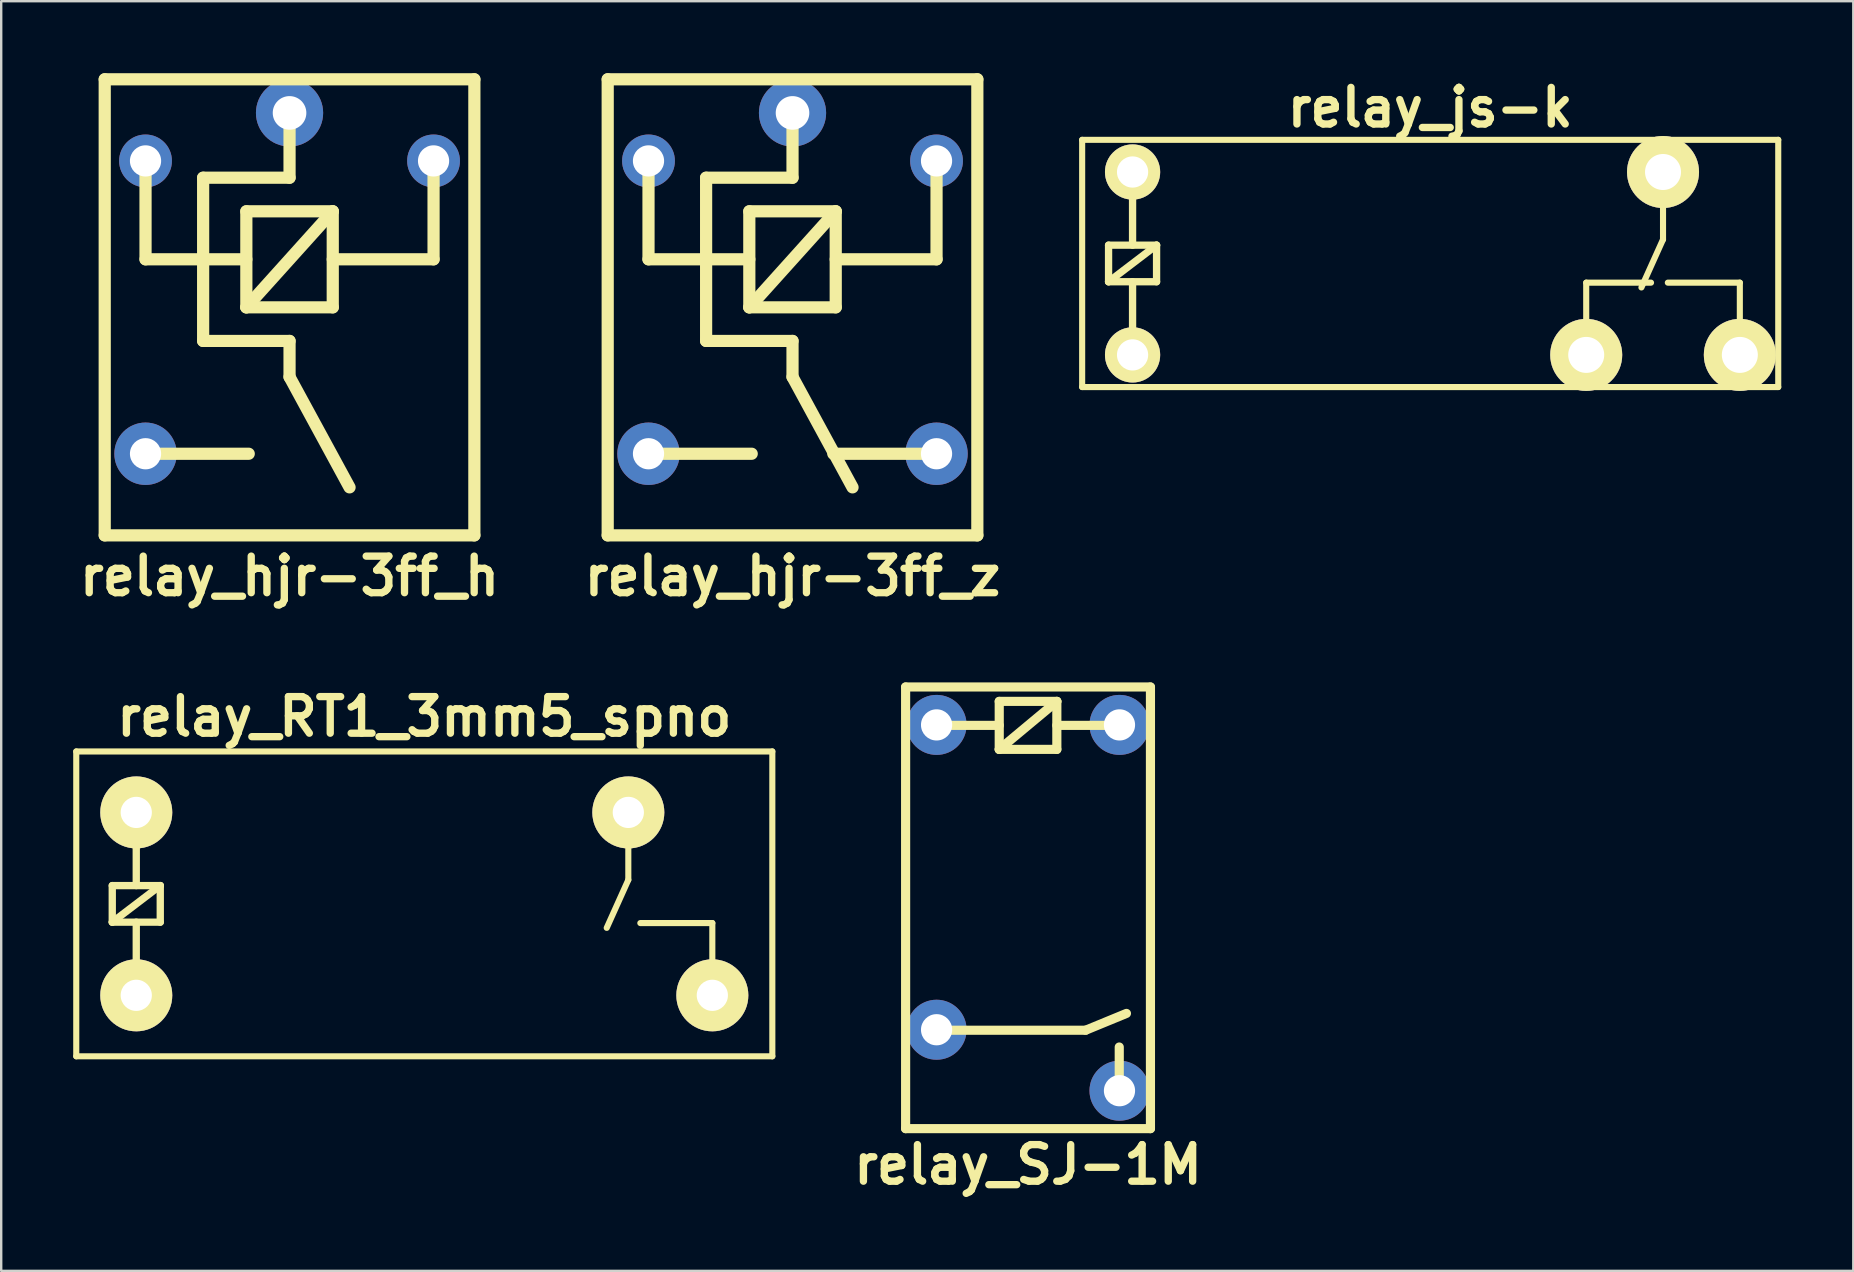
<source format=kicad_pcb>
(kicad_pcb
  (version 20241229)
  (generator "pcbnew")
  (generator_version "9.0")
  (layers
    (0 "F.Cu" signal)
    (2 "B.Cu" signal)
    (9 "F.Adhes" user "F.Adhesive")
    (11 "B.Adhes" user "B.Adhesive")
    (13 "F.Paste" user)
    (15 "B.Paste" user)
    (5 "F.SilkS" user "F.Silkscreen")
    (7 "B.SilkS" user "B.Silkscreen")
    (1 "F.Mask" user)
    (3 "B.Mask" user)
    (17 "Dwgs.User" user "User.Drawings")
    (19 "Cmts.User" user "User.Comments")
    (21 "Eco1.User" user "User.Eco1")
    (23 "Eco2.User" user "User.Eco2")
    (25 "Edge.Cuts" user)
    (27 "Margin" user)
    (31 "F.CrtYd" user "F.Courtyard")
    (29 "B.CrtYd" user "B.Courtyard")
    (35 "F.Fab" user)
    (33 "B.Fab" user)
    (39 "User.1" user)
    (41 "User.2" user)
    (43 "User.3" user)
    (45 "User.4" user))
  (footprint "relay_SJ-1M"
    (layer "F.Cu")
    (at 39.78 34.771)
    (property "Reference" "relay_SJ-1M" (at 0 10.7 0) (layer "F.SilkS") (effects (font (size 1.524 1.524) (thickness 0.305))))
    (attr through_hole)
    (fp_line (start -5.1 -9.2) (end -5.1 9.2) (stroke (width 0.381) (type solid)) (layer "F.SilkS"))
    (fp_line (start -5.1 -9.2) (end 5.1 -9.2) (stroke (width 0.381) (type solid)) (layer "F.SilkS"))
    (fp_line (start -5.1 9.2) (end 5.1 9.2) (stroke (width 0.381) (type solid)) (layer "F.SilkS"))
    (fp_line (start -3.8 -7.6) (end -1.2 -7.6) (stroke (width 0.381) (type solid)) (layer "F.SilkS"))
    (fp_line (start -3.8 5.1) (end 2.4 5.1) (stroke (width 0.381) (type solid)) (layer "F.SilkS"))
    (fp_line (start -1.2 -8.6) (end -1.2 -6.6) (stroke (width 0.381) (type solid)) (layer "F.SilkS"))
    (fp_line (start -1.2 -6.6) (end 1.2 -8.6) (stroke (width 0.381) (type solid)) (layer "F.SilkS"))
    (fp_line (start -1.2 -6.6) (end 1.2 -6.6) (stroke (width 0.381) (type solid)) (layer "F.SilkS"))
    (fp_line (start 1.2 -8.6) (end -1.2 -8.6) (stroke (width 0.381) (type solid)) (layer "F.SilkS"))
    (fp_line (start 1.2 -6.6) (end 1.2 -8.6) (stroke (width 0.381) (type solid)) (layer "F.SilkS"))
    (fp_line (start 2.4 5.1) (end 4.1 4.4) (stroke (width 0.381) (type solid)) (layer "F.SilkS"))
    (fp_line (start 3.8 -7.6) (end 1.2 -7.6) (stroke (width 0.381) (type solid)) (layer "F.SilkS"))
    (fp_line (start 3.8 7.6) (end 3.8 5.8) (stroke (width 0.381) (type solid)) (layer "F.SilkS"))
    (fp_line (start 5.1 -9.2) (end 5.1 9.2) (stroke (width 0.381) (type solid)) (layer "F.SilkS"))
    (pad "1" thru_hole circle (at -3.81 -7.62) (size 2.5 2.5) (drill 1.3) (layers "*.Cu" "*.Mask"))
    (pad "2" thru_hole circle (at 3.81 -7.62) (size 2.5 2.5) (drill 1.3) (layers "*.Cu" "*.Mask"))
    (pad "3" thru_hole circle (at -3.81 5.08) (size 2.5 2.5) (drill 1.3) (layers "*.Cu" "*.Mask"))
    (pad "4" thru_hole circle (at 3.81 7.62) (size 2.5 2.5) (drill 1.3) (layers "*.Cu" "*.Mask")))
  (footprint "relay_hjr-3ff_h"
    (layer "F.Cu")
    (at 9.013 9.754)
    (property "Reference" "relay_hjr-3ff_h" (at 0 11.2 0) (layer "F.SilkS") (effects (font (size 1.524 1.524) (thickness 0.305))))
    (attr through_hole)
    (fp_line (start -7.7 -9.5) (end -7.7 9.5) (stroke (width 0.508) (type solid)) (layer "F.SilkS"))
    (fp_line (start -7.7 -9.5) (end 7.7 -9.5) (stroke (width 0.508) (type solid)) (layer "F.SilkS"))
    (fp_line (start -7.7 9.5) (end 7.7 9.5) (stroke (width 0.508) (type solid)) (layer "F.SilkS"))
    (fp_line (start -6 -6.1) (end -6 -2) (stroke (width 0.508) (type solid)) (layer "F.SilkS"))
    (fp_line (start -3.6 1.4) (end -3.6 -5.4) (stroke (width 0.508) (type solid)) (layer "F.SilkS"))
    (fp_line (start -1.8 -4) (end 1.8 -4) (stroke (width 0.508) (type solid)) (layer "F.SilkS"))
    (fp_line (start -1.8 -2) (end -6 -2) (stroke (width 0.508) (type solid)) (layer "F.SilkS"))
    (fp_line (start -1.8 0) (end -1.8 -4) (stroke (width 0.508) (type solid)) (layer "F.SilkS"))
    (fp_line (start -1.8 0) (end 1.8 -4) (stroke (width 0.508) (type solid)) (layer "F.SilkS"))
    (fp_line (start -1.7 6.1) (end -6 6.1) (stroke (width 0.508) (type solid)) (layer "F.SilkS"))
    (fp_line (start 0 -8.1) (end 0 -5.4) (stroke (width 0.508) (type solid)) (layer "F.SilkS"))
    (fp_line (start 0 -5.4) (end -3.6 -5.4) (stroke (width 0.508) (type solid)) (layer "F.SilkS"))
    (fp_line (start 0 1.4) (end -3.6 1.4) (stroke (width 0.508) (type solid)) (layer "F.SilkS"))
    (fp_line (start 0 1.4) (end 0 2.9) (stroke (width 0.508) (type solid)) (layer "F.SilkS"))
    (fp_line (start 0 2.9) (end 2.5 7.5) (stroke (width 0.508) (type solid)) (layer "F.SilkS"))
    (fp_line (start 1.8 -4) (end 1.8 0) (stroke (width 0.508) (type solid)) (layer "F.SilkS"))
    (fp_line (start 1.8 0) (end -1.8 0) (stroke (width 0.508) (type solid)) (layer "F.SilkS"))
    (fp_line (start 6 -6.1) (end 6 -2) (stroke (width 0.508) (type solid)) (layer "F.SilkS"))
    (fp_line (start 6 -2) (end 1.8 -2) (stroke (width 0.508) (type solid)) (layer "F.SilkS"))
    (fp_line (start 7.7 -9.5) (end 7.7 9.5) (stroke (width 0.508) (type solid)) (layer "F.SilkS"))
    (pad "1" thru_hole circle (at 0 -8.1) (size 2.8 2.8) (drill 1.4) (layers "*.Cu" "*.Mask"))
    (pad "2" thru_hole circle (at -6 -6.1) (size 2.2 2.2) (drill 1.3) (layers "*.Cu" "*.Mask"))
    (pad "3" thru_hole circle (at -6 6.1) (size 2.6 2.6) (drill 1.3) (layers "*.Cu" "*.Mask"))
    (pad "5" thru_hole circle (at 6 -6.1) (size 2.2 2.2) (drill 1.3) (layers "*.Cu" "*.Mask")))
  (footprint "relay_RT1_3mm5_spno"
    (layer "F.Cu")
    (at 14.627 34.607)
    (property "Reference" "relay_RT1_3mm5_spno" (at 0 -7.8 0) (layer "F.SilkS") (effects (font (size 1.524 1.524) (thickness 0.305))))
    (attr through_hole)
    (fp_line (start -14.5 -6.35) (end -14.5 6.35) (stroke (width 0.254) (type solid)) (layer "F.SilkS"))
    (fp_line (start -14.5 6.35) (end 14.5 6.35) (stroke (width 0.254) (type solid)) (layer "F.SilkS"))
    (fp_line (start -13 -0.762) (end -11 -0.762) (stroke (width 0.305) (type solid)) (layer "F.SilkS"))
    (fp_line (start -13 0.762) (end -13 -0.762) (stroke (width 0.305) (type solid)) (layer "F.SilkS"))
    (fp_line (start -13 0.762) (end -11 -0.762) (stroke (width 0.305) (type solid)) (layer "F.SilkS"))
    (fp_line (start -12 -3.81) (end -12 -0.762) (stroke (width 0.305) (type solid)) (layer "F.SilkS"))
    (fp_line (start -12 3.81) (end -12 0.762) (stroke (width 0.305) (type solid)) (layer "F.SilkS"))
    (fp_line (start -11 -0.762) (end -11 0.762) (stroke (width 0.305) (type solid)) (layer "F.SilkS"))
    (fp_line (start -11 0.762) (end -13 0.762) (stroke (width 0.305) (type solid)) (layer "F.SilkS"))
    (fp_line (start 8.5 -3.8) (end 8.5 -1) (stroke (width 0.254) (type solid)) (layer "F.SilkS"))
    (fp_line (start 8.5 -1) (end 7.6 1) (stroke (width 0.254) (type solid)) (layer "F.SilkS"))
    (fp_line (start 12 0.8) (end 9 0.8) (stroke (width 0.254) (type solid)) (layer "F.SilkS"))
    (fp_line (start 12 3.8) (end 12 0.8) (stroke (width 0.254) (type solid)) (layer "F.SilkS"))
    (fp_line (start 14.5 -6.35) (end -14.5 -6.35) (stroke (width 0.254) (type solid)) (layer "F.SilkS"))
    (fp_line (start 14.5 6.35) (end 14.5 -6.35) (stroke (width 0.254) (type solid)) (layer "F.SilkS"))
    (pad "1" thru_hole circle (at -12 3.81) (size 3 3) (drill 1.3) (layers "*.Cu" "*.Mask" "F.SilkS"))
    (pad "2" thru_hole circle (at -12 -3.81) (size 3 3) (drill 1.3) (layers "*.Cu" "*.Mask" "F.SilkS"))
    (pad "11" thru_hole circle (at 8.5 -3.81) (size 3 3) (drill 1.3) (layers "*.Cu" "*.Mask" "F.SilkS"))
    (pad "14" thru_hole circle (at 12 3.81) (size 3 3) (drill 1.3) (layers "*.Cu" "*.Mask" "F.SilkS")))
  (footprint "relay_js-k"
    (layer "F.Cu")
    (at 56.535 7.926)
    (property "Reference" "relay_js-k" (at 0 -6.5 0) (layer "F.SilkS") (effects (font (size 1.524 1.524) (thickness 0.305))))
    (attr through_hole)
    (fp_line (start -14.5 -5.15) (end -14.5 5.15) (stroke (width 0.254) (type solid)) (layer "F.SilkS"))
    (fp_line (start -14.5 5.15) (end 14.5 5.15) (stroke (width 0.254) (type solid)) (layer "F.SilkS"))
    (fp_line (start -13.4 -0.762) (end -11.4 -0.762) (stroke (width 0.305) (type solid)) (layer "F.SilkS"))
    (fp_line (start -13.4 0.762) (end -13.4 -0.762) (stroke (width 0.305) (type solid)) (layer "F.SilkS"))
    (fp_line (start -13.4 0.762) (end -11.4 -0.762) (stroke (width 0.305) (type solid)) (layer "F.SilkS"))
    (fp_line (start -12.4 -3.81) (end -12.4 -0.762) (stroke (width 0.305) (type solid)) (layer "F.SilkS"))
    (fp_line (start -12.4 3.81) (end -12.4 0.762) (stroke (width 0.305) (type solid)) (layer "F.SilkS"))
    (fp_line (start -11.4 -0.762) (end -11.4 0.762) (stroke (width 0.305) (type solid)) (layer "F.SilkS"))
    (fp_line (start -11.4 0.762) (end -13.4 0.762) (stroke (width 0.305) (type solid)) (layer "F.SilkS"))
    (fp_line (start 6.5 0.8) (end 9.2 0.8) (stroke (width 0.254) (type solid)) (layer "F.SilkS"))
    (fp_line (start 6.5 3.8) (end 6.5 0.8) (stroke (width 0.254) (type solid)) (layer "F.SilkS"))
    (fp_line (start 9.7 -3.8) (end 9.7 -1) (stroke (width 0.254) (type solid)) (layer "F.SilkS"))
    (fp_line (start 9.7 -1) (end 8.8 1) (stroke (width 0.254) (type solid)) (layer "F.SilkS"))
    (fp_line (start 12.9 0.8) (end 9.9 0.8) (stroke (width 0.254) (type solid)) (layer "F.SilkS"))
    (fp_line (start 12.9 3.8) (end 12.9 0.8) (stroke (width 0.254) (type solid)) (layer "F.SilkS"))
    (fp_line (start 14.5 -5.15) (end -14.5 -5.15) (stroke (width 0.254) (type solid)) (layer "F.SilkS"))
    (fp_line (start 14.5 5.15) (end 14.5 -5.15) (stroke (width 0.254) (type solid)) (layer "F.SilkS"))
    (pad "1" thru_hole circle (at 12.9 3.81) (size 3 3) (drill 1.5) (layers "*.Cu" "*.Mask" "F.SilkS"))
    (pad "2" thru_hole circle (at 6.5 3.81) (size 3 3) (drill 1.5) (layers "*.Cu" "*.Mask" "F.SilkS"))
    (pad "3" thru_hole circle (at -12.4 3.81) (size 2.3 2.3) (drill 1.3) (layers "*.Cu" "*.Mask" "F.SilkS"))
    (pad "4" thru_hole circle (at -12.4 -3.81) (size 2.3 2.3) (drill 1.3) (layers "*.Cu" "*.Mask" "F.SilkS"))
    (pad "5" thru_hole circle (at 9.7 -3.81) (size 3 3) (drill 1.5) (layers "*.Cu" "*.Mask" "F.SilkS")))
  (footprint "relay_hjr-3ff_z"
    (layer "F.Cu")
    (at 29.968 9.754)
    (property "Reference" "relay_hjr-3ff_z" (at 0 11.2 0) (layer "F.SilkS") (effects (font (size 1.524 1.524) (thickness 0.305))))
    (attr through_hole)
    (fp_line (start -7.7 -9.5) (end -7.7 9.5) (stroke (width 0.508) (type solid)) (layer "F.SilkS"))
    (fp_line (start -7.7 -9.5) (end 7.7 -9.5) (stroke (width 0.508) (type solid)) (layer "F.SilkS"))
    (fp_line (start -7.7 9.5) (end 7.7 9.5) (stroke (width 0.508) (type solid)) (layer "F.SilkS"))
    (fp_line (start -6 -6.1) (end -6 -2) (stroke (width 0.508) (type solid)) (layer "F.SilkS"))
    (fp_line (start -3.6 1.4) (end -3.6 -5.4) (stroke (width 0.508) (type solid)) (layer "F.SilkS"))
    (fp_line (start -1.8 -4) (end 1.8 -4) (stroke (width 0.508) (type solid)) (layer "F.SilkS"))
    (fp_line (start -1.8 -2) (end -6 -2) (stroke (width 0.508) (type solid)) (layer "F.SilkS"))
    (fp_line (start -1.8 0) (end -1.8 -4) (stroke (width 0.508) (type solid)) (layer "F.SilkS"))
    (fp_line (start -1.8 0) (end 1.8 -4) (stroke (width 0.508) (type solid)) (layer "F.SilkS"))
    (fp_line (start -1.7 6.1) (end -6 6.1) (stroke (width 0.508) (type solid)) (layer "F.SilkS"))
    (fp_line (start 0 -8.1) (end 0 -5.4) (stroke (width 0.508) (type solid)) (layer "F.SilkS"))
    (fp_line (start 0 -5.4) (end -3.6 -5.4) (stroke (width 0.508) (type solid)) (layer "F.SilkS"))
    (fp_line (start 0 1.4) (end -3.6 1.4) (stroke (width 0.508) (type solid)) (layer "F.SilkS"))
    (fp_line (start 0 1.4) (end 0 2.9) (stroke (width 0.508) (type solid)) (layer "F.SilkS"))
    (fp_line (start 0 2.9) (end 2.5 7.5) (stroke (width 0.508) (type solid)) (layer "F.SilkS"))
    (fp_line (start 1.8 -4) (end 1.8 0) (stroke (width 0.508) (type solid)) (layer "F.SilkS"))
    (fp_line (start 1.8 0) (end -1.8 0) (stroke (width 0.508) (type solid)) (layer "F.SilkS"))
    (fp_line (start 6 -6.1) (end 6 -2) (stroke (width 0.508) (type solid)) (layer "F.SilkS"))
    (fp_line (start 6 -2) (end 1.8 -2) (stroke (width 0.508) (type solid)) (layer "F.SilkS"))
    (fp_line (start 6 6.1) (end 1.7 6.1) (stroke (width 0.508) (type solid)) (layer "F.SilkS"))
    (fp_line (start 7.7 -9.5) (end 7.7 9.5) (stroke (width 0.508) (type solid)) (layer "F.SilkS"))
    (pad "1" thru_hole circle (at 0 -8.1) (size 2.8 2.8) (drill 1.4) (layers "*.Cu" "*.Mask"))
    (pad "2" thru_hole circle (at -6 -6.1) (size 2.2 2.2) (drill 1.3) (layers "*.Cu" "*.Mask"))
    (pad "3" thru_hole circle (at -6 6.1) (size 2.6 2.6) (drill 1.3) (layers "*.Cu" "*.Mask"))
    (pad "4" thru_hole circle (at 6 6.1) (size 2.6 2.6) (drill 1.3) (layers "*.Cu" "*.Mask"))
    (pad "5" thru_hole circle (at 6 -6.1) (size 2.2 2.2) (drill 1.3) (layers "*.Cu" "*.Mask")))
  (gr_rect
    (start -3 -3)
    (end 74.162 49.897)
    (stroke (width 0.1) (type default))
    (fill no)
    (layer "Edge.Cuts")))
</source>
